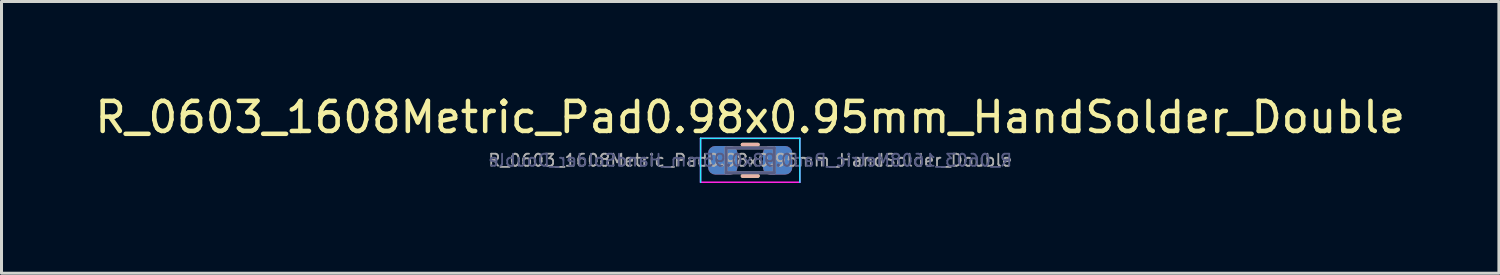
<source format=kicad_pcb>
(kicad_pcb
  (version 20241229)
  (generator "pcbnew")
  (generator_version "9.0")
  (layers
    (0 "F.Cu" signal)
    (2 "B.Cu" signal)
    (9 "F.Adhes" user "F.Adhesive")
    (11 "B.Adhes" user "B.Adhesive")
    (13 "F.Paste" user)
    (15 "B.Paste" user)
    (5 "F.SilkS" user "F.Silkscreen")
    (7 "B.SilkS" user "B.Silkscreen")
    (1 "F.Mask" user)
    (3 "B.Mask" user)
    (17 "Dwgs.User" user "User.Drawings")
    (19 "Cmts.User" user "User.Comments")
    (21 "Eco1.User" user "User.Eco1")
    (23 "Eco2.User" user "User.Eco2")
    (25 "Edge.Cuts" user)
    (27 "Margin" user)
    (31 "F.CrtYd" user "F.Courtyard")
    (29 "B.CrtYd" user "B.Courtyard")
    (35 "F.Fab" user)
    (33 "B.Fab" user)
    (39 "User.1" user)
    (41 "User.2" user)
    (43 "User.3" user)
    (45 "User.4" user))
  (footprint "R_0603_1608Metric_Pad0.98x0.95mm_HandSolder_Double"
    (layer "F.Cu")
    (at 21.887 2.278)
    (property "Reference" "R_0603_1608Metric_Pad0.98x0.95mm_HandSolder_Double" (at 0 -1.43 0) (layer "F.SilkS") (effects (font (size 1 1) (thickness 0.15))))
    (attr smd)
    (fp_line (start -0.255 -0.522) (end 0.255 -0.522) (stroke (width 0.12) (type solid)) (layer "F.SilkS"))
    (fp_line (start -0.255 0.522) (end 0.255 0.522) (stroke (width 0.12) (type solid)) (layer "F.SilkS"))
    (fp_line (start 0.255 -0.522) (end -0.255 -0.522) (stroke (width 0.12) (type solid)) (layer "B.SilkS"))
    (fp_line (start 0.255 0.522) (end -0.255 0.522) (stroke (width 0.12) (type solid)) (layer "B.SilkS"))
    (fp_line (start -1.65 -0.73) (end -1.65 0.73) (stroke (width 0.05) (type solid)) (layer "B.CrtYd"))
    (fp_line (start 1.65 -0.73) (end -1.65 -0.73) (stroke (width 0.05) (type solid)) (layer "B.CrtYd"))
    (fp_line (start 1.65 0.73) (end 1.65 -0.73) (stroke (width 0.05) (type solid)) (layer "B.CrtYd"))
    (fp_line (start -1.65 -0.73) (end 1.65 -0.73) (stroke (width 0.05) (type solid)) (layer "F.CrtYd"))
    (fp_line (start -1.65 0.73) (end -1.65 -0.73) (stroke (width 0.05) (type solid)) (layer "F.CrtYd"))
    (fp_line (start 1.65 -0.73) (end 1.65 0.73) (stroke (width 0.05) (type solid)) (layer "F.CrtYd"))
    (fp_line (start 1.65 0.73) (end -1.65 0.73) (stroke (width 0.05) (type solid)) (layer "F.CrtYd"))
    (fp_line (start -0.8 -0.412) (end -0.8 0.412) (stroke (width 0.1) (type solid)) (layer "B.Fab"))
    (fp_line (start -0.8 0.412) (end 0.8 0.412) (stroke (width 0.1) (type solid)) (layer "B.Fab"))
    (fp_line (start 0.8 -0.412) (end -0.8 -0.412) (stroke (width 0.1) (type solid)) (layer "B.Fab"))
    (fp_line (start 0.8 0.412) (end 0.8 -0.412) (stroke (width 0.1) (type solid)) (layer "B.Fab"))
    (fp_line (start -0.8 -0.412) (end 0.8 -0.412) (stroke (width 0.1) (type solid)) (layer "F.Fab"))
    (fp_line (start -0.8 0.412) (end -0.8 -0.412) (stroke (width 0.1) (type solid)) (layer "F.Fab"))
    (fp_line (start 0.8 -0.412) (end 0.8 0.412) (stroke (width 0.1) (type solid)) (layer "F.Fab"))
    (fp_line (start 0.8 0.412) (end -0.8 0.412) (stroke (width 0.1) (type solid)) (layer "F.Fab"))
    (fp_text user "${REFERENCE}" (at 0 0 0) (layer "B.Fab") (effects (font (size 0.4 0.4) (thickness 0.06)) (justify mirror)))
    (fp_text user "${REFERENCE}" (at 0 0 0) (layer "F.Fab") (effects (font (size 0.4 0.4) (thickness 0.06))))
    (pad "1" smd roundrect (at -0.912 0) (size 0.975 0.95) (layers "F.Cu" "F.Mask" "F.Paste") (roundrect_rratio 0.25))
    (pad "1" smd roundrect (at -0.912 0) (size 0.975 0.95) (layers "B.Cu" "B.Mask" "B.Paste") (roundrect_rratio 0.25))
    (pad "2" smd roundrect (at 0.912 0) (size 0.975 0.95) (layers "F.Cu" "F.Mask" "F.Paste") (roundrect_rratio 0.25))
    (pad "2" smd roundrect (at 0.912 0) (size 0.975 0.95) (layers "B.Cu" "B.Mask" "B.Paste") (roundrect_rratio 0.25)))
  (gr_rect
    (start -3 -3)
    (end 46.774 6.033)
    (stroke (width 0.1) (type default))
    (fill no)
    (layer "Edge.Cuts")))
</source>
